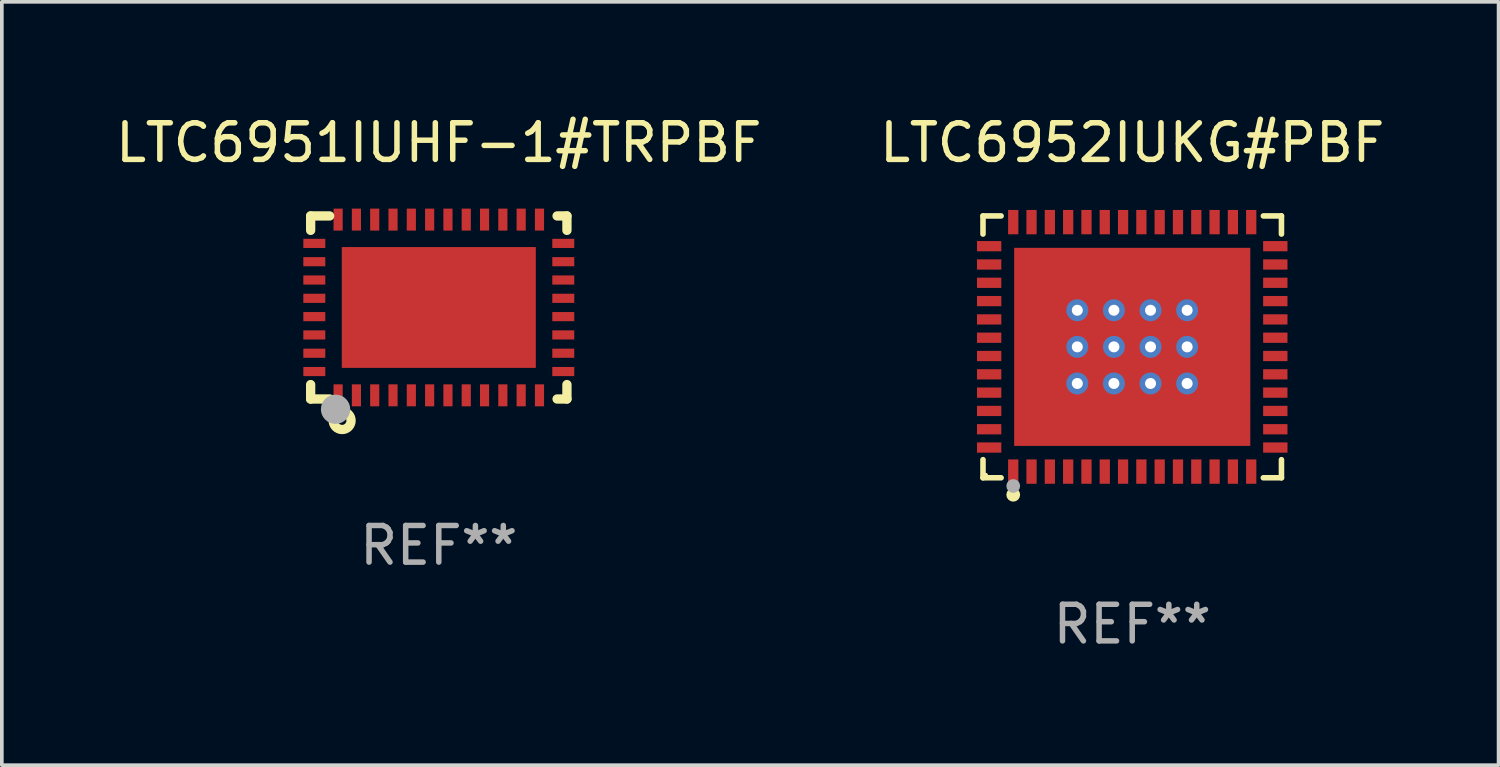
<source format=kicad_pcb>
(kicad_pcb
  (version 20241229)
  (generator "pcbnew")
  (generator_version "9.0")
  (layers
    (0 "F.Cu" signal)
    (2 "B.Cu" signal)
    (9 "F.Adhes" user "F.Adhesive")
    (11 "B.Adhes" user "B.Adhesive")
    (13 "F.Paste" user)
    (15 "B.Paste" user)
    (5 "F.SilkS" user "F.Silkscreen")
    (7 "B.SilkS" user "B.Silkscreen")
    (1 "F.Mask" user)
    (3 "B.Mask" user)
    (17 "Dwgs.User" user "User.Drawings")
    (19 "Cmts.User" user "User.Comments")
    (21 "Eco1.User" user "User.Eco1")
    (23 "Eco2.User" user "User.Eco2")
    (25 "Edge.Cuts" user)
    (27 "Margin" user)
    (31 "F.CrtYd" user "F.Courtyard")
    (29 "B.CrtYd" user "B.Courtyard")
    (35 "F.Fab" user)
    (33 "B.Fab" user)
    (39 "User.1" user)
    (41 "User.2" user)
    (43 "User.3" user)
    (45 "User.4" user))
  (footprint "LTC6952IUKG#PBF"
    (layer "F.Cu")
    (at 27.875 6.424)
    (property "Reference" "LTC6952IUKG#PBF" (at 0 -5.576 0) (layer "F.SilkS") (effects (font (size 1 1) (thickness 0.15))))
    (attr through_hole)
    (fp_line (start -4.076 -3.576) (end -3.581 -3.576) (stroke (width 0.152) (type solid)) (layer "F.SilkS"))
    (fp_line (start -4.076 -3.081) (end -4.076 -3.576) (stroke (width 0.152) (type solid)) (layer "F.SilkS"))
    (fp_line (start -4.076 3.081) (end -4.076 3.576) (stroke (width 0.152) (type solid)) (layer "F.SilkS"))
    (fp_line (start -4.076 3.576) (end -3.581 3.576) (stroke (width 0.152) (type solid)) (layer "F.SilkS"))
    (fp_line (start 4.076 -3.576) (end 3.581 -3.576) (stroke (width 0.152) (type solid)) (layer "F.SilkS"))
    (fp_line (start 4.076 -3.081) (end 4.076 -3.576) (stroke (width 0.152) (type solid)) (layer "F.SilkS"))
    (fp_line (start 4.076 3.081) (end 4.076 3.576) (stroke (width 0.152) (type solid)) (layer "F.SilkS"))
    (fp_line (start 4.076 3.576) (end 3.581 3.576) (stroke (width 0.152) (type solid)) (layer "F.SilkS"))
    (fp_circle (center -4 3.5) (end -3.97 3.5) (stroke (width 0.06) (type solid)) (fill no) (layer "F.SilkS"))
    (fp_circle (center -3.25 4.04) (end -3.156 4.04) (stroke (width 0.188) (type solid)) (fill no) (layer "F.SilkS"))
    (fp_circle (center -3.25 3.8) (end -3.156 3.8) (stroke (width 0.188) (type solid)) (fill no) (layer "F.Fab"))
    (fp_text user "REF**" (at 0 7.576 0) (layer "F.Fab") (effects (font (size 1 1) (thickness 0.15))))
    (pad "1" smd rect (at -3.25 3.407) (size 0.28 0.665) (layers "F.Cu" "F.Mask" "F.Paste"))
    (pad "2" smd rect (at -2.75 3.407) (size 0.28 0.665) (layers "F.Cu" "F.Mask" "F.Paste"))
    (pad "3" smd rect (at -2.25 3.407) (size 0.28 0.665) (layers "F.Cu" "F.Mask" "F.Paste"))
    (pad "4" smd rect (at -1.75 3.407) (size 0.28 0.665) (layers "F.Cu" "F.Mask" "F.Paste"))
    (pad "5" smd rect (at -1.25 3.407) (size 0.28 0.665) (layers "F.Cu" "F.Mask" "F.Paste"))
    (pad "6" smd rect (at -0.75 3.407) (size 0.28 0.665) (layers "F.Cu" "F.Mask" "F.Paste"))
    (pad "7" smd rect (at -0.25 3.407) (size 0.28 0.665) (layers "F.Cu" "F.Mask" "F.Paste"))
    (pad "8" smd rect (at 0.25 3.407) (size 0.28 0.665) (layers "F.Cu" "F.Mask" "F.Paste"))
    (pad "9" smd rect (at 0.75 3.407) (size 0.28 0.665) (layers "F.Cu" "F.Mask" "F.Paste"))
    (pad "10" smd rect (at 1.25 3.407) (size 0.28 0.665) (layers "F.Cu" "F.Mask" "F.Paste"))
    (pad "11" smd rect (at 1.75 3.407) (size 0.28 0.665) (layers "F.Cu" "F.Mask" "F.Paste"))
    (pad "12" smd rect (at 2.25 3.407) (size 0.28 0.665) (layers "F.Cu" "F.Mask" "F.Paste"))
    (pad "13" smd rect (at 2.75 3.407) (size 0.28 0.665) (layers "F.Cu" "F.Mask" "F.Paste"))
    (pad "14" smd rect (at 3.25 3.407) (size 0.28 0.665) (layers "F.Cu" "F.Mask" "F.Paste"))
    (pad "15" smd rect (at 3.908 2.75) (size 0.665 0.28) (layers "F.Cu" "F.Mask" "F.Paste"))
    (pad "16" smd rect (at 3.908 2.25) (size 0.665 0.28) (layers "F.Cu" "F.Mask" "F.Paste"))
    (pad "17" smd rect (at 3.908 1.75) (size 0.665 0.28) (layers "F.Cu" "F.Mask" "F.Paste"))
    (pad "18" smd rect (at 3.908 1.25) (size 0.665 0.28) (layers "F.Cu" "F.Mask" "F.Paste"))
    (pad "19" smd rect (at 3.908 0.75) (size 0.665 0.28) (layers "F.Cu" "F.Mask" "F.Paste"))
    (pad "20" smd rect (at 3.908 0.25) (size 0.665 0.28) (layers "F.Cu" "F.Mask" "F.Paste"))
    (pad "21" smd rect (at 3.908 -0.25) (size 0.665 0.28) (layers "F.Cu" "F.Mask" "F.Paste"))
    (pad "22" smd rect (at 3.908 -0.75) (size 0.665 0.28) (layers "F.Cu" "F.Mask" "F.Paste"))
    (pad "23" smd rect (at 3.908 -1.25) (size 0.665 0.28) (layers "F.Cu" "F.Mask" "F.Paste"))
    (pad "24" smd rect (at 3.908 -1.75) (size 0.665 0.28) (layers "F.Cu" "F.Mask" "F.Paste"))
    (pad "25" smd rect (at 3.908 -2.25) (size 0.665 0.28) (layers "F.Cu" "F.Mask" "F.Paste"))
    (pad "26" smd rect (at 3.908 -2.75) (size 0.665 0.28) (layers "F.Cu" "F.Mask" "F.Paste"))
    (pad "27" smd rect (at 3.25 -3.407) (size 0.28 0.665) (layers "F.Cu" "F.Mask" "F.Paste"))
    (pad "28" smd rect (at 2.75 -3.407) (size 0.28 0.665) (layers "F.Cu" "F.Mask" "F.Paste"))
    (pad "29" smd rect (at 2.25 -3.407) (size 0.28 0.665) (layers "F.Cu" "F.Mask" "F.Paste"))
    (pad "30" smd rect (at 1.75 -3.407) (size 0.28 0.665) (layers "F.Cu" "F.Mask" "F.Paste"))
    (pad "31" smd rect (at 1.25 -3.407) (size 0.28 0.665) (layers "F.Cu" "F.Mask" "F.Paste"))
    (pad "32" smd rect (at 0.75 -3.407) (size 0.28 0.665) (layers "F.Cu" "F.Mask" "F.Paste"))
    (pad "33" smd rect (at 0.25 -3.407) (size 0.28 0.665) (layers "F.Cu" "F.Mask" "F.Paste"))
    (pad "34" smd rect (at -0.25 -3.407) (size 0.28 0.665) (layers "F.Cu" "F.Mask" "F.Paste"))
    (pad "35" smd rect (at -0.75 -3.407) (size 0.28 0.665) (layers "F.Cu" "F.Mask" "F.Paste"))
    (pad "36" smd rect (at -1.25 -3.407) (size 0.28 0.665) (layers "F.Cu" "F.Mask" "F.Paste"))
    (pad "37" smd rect (at -1.75 -3.407) (size 0.28 0.665) (layers "F.Cu" "F.Mask" "F.Paste"))
    (pad "38" smd rect (at -2.25 -3.407) (size 0.28 0.665) (layers "F.Cu" "F.Mask" "F.Paste"))
    (pad "39" smd rect (at -2.75 -3.407) (size 0.28 0.665) (layers "F.Cu" "F.Mask" "F.Paste"))
    (pad "40" smd rect (at -3.25 -3.407) (size 0.28 0.665) (layers "F.Cu" "F.Mask" "F.Paste"))
    (pad "41" smd rect (at -3.908 -2.75) (size 0.665 0.28) (layers "F.Cu" "F.Mask" "F.Paste"))
    (pad "42" smd rect (at -3.908 -2.25) (size 0.665 0.28) (layers "F.Cu" "F.Mask" "F.Paste"))
    (pad "43" smd rect (at -3.908 -1.75) (size 0.665 0.28) (layers "F.Cu" "F.Mask" "F.Paste"))
    (pad "44" smd rect (at -3.908 -1.25) (size 0.665 0.28) (layers "F.Cu" "F.Mask" "F.Paste"))
    (pad "45" smd rect (at -3.908 -0.75) (size 0.665 0.28) (layers "F.Cu" "F.Mask" "F.Paste"))
    (pad "46" smd rect (at -3.908 -0.25) (size 0.665 0.28) (layers "F.Cu" "F.Mask" "F.Paste"))
    (pad "47" smd rect (at -3.908 0.25) (size 0.665 0.28) (layers "F.Cu" "F.Mask" "F.Paste"))
    (pad "48" smd rect (at -3.908 0.75) (size 0.665 0.28) (layers "F.Cu" "F.Mask" "F.Paste"))
    (pad "49" smd rect (at -3.908 1.25) (size 0.665 0.28) (layers "F.Cu" "F.Mask" "F.Paste"))
    (pad "50" smd rect (at -3.908 1.75) (size 0.665 0.28) (layers "F.Cu" "F.Mask" "F.Paste"))
    (pad "51" smd rect (at -3.908 2.25) (size 0.665 0.28) (layers "F.Cu" "F.Mask" "F.Paste"))
    (pad "52" smd rect (at -3.908 2.75) (size 0.665 0.28) (layers "F.Cu" "F.Mask" "F.Paste"))
    (pad "53" thru_hole circle (at -1.5 -1) (size 0.6 0.6) (drill 0.3) (layers "*.Cu" "*.Mask"))
    (pad "53" thru_hole circle (at -1.5 0) (size 0.6 0.6) (drill 0.3) (layers "*.Cu" "*.Mask"))
    (pad "53" thru_hole circle (at -1.5 1) (size 0.6 0.6) (drill 0.3) (layers "*.Cu" "*.Mask"))
    (pad "53" thru_hole circle (at -0.5 -1) (size 0.6 0.6) (drill 0.3) (layers "*.Cu" "*.Mask"))
    (pad "53" thru_hole circle (at -0.5 0) (size 0.6 0.6) (drill 0.3) (layers "*.Cu" "*.Mask"))
    (pad "53" thru_hole circle (at -0.5 1) (size 0.6 0.6) (drill 0.3) (layers "*.Cu" "*.Mask"))
    (pad "53" smd rect (at 0 0) (size 6.45 5.41) (layers "F.Cu" "F.Mask" "F.Paste"))
    (pad "53" thru_hole circle (at 0.5 -1) (size 0.6 0.6) (drill 0.3) (layers "*.Cu" "*.Mask"))
    (pad "53" thru_hole circle (at 0.5 0) (size 0.6 0.6) (drill 0.3) (layers "*.Cu" "*.Mask"))
    (pad "53" thru_hole circle (at 0.5 1) (size 0.6 0.6) (drill 0.3) (layers "*.Cu" "*.Mask"))
    (pad "53" thru_hole circle (at 1.5 -1) (size 0.6 0.6) (drill 0.3) (layers "*.Cu" "*.Mask"))
    (pad "53" thru_hole circle (at 1.5 0) (size 0.6 0.6) (drill 0.3) (layers "*.Cu" "*.Mask"))
    (pad "53" thru_hole circle (at 1.5 1) (size 0.6 0.6) (drill 0.3) (layers "*.Cu" "*.Mask")))
  (footprint "LTC6951IUHF-1#TRPBF"
    (layer "F.Cu")
    (at 8.935 5.348)
    (property "Reference" "LTC6951IUHF-1#TRPBF" (at 0 -4.5 0) (layer "F.SilkS") (effects (font (size 1 1) (thickness 0.15))))
    (attr through_hole)
    (fp_line (start -3.5 -2.5) (end -3.5 -2.106) (stroke (width 0.254) (type solid)) (layer "F.SilkS"))
    (fp_line (start -3.5 2.106) (end -3.5 2.5) (stroke (width 0.254) (type solid)) (layer "F.SilkS"))
    (fp_line (start -3.5 2.5) (end -2.981 2.5) (stroke (width 0.254) (type solid)) (layer "F.SilkS"))
    (fp_line (start -2.981 -2.5) (end -3.5 -2.5) (stroke (width 0.254) (type solid)) (layer "F.SilkS"))
    (fp_line (start 3.231 2.5) (end 3.5 2.5) (stroke (width 0.254) (type solid)) (layer "F.SilkS"))
    (fp_line (start 3.5 -2.5) (end 3.231 -2.5) (stroke (width 0.254) (type solid)) (layer "F.SilkS"))
    (fp_line (start 3.5 -2.106) (end 3.5 -2.5) (stroke (width 0.254) (type solid)) (layer "F.SilkS"))
    (fp_line (start 3.5 2.5) (end 3.5 2.106) (stroke (width 0.254) (type solid)) (layer "F.SilkS"))
    (fp_circle (center -3.5 2.5) (end -3.44 2.5) (stroke (width 0.12) (type solid)) (fill no) (layer "F.SilkS"))
    (fp_circle (center -2.64 3.09) (end -2.523 3.09) (stroke (width 0.254) (type solid)) (fill no) (layer "F.SilkS"))
    (fp_circle (center -2.82 2.78) (end -2.62 2.78) (stroke (width 0.4) (type solid)) (fill no) (layer "F.Fab"))
    (fp_text user "REF**" (at 0 6.5 0) (layer "F.Fab") (effects (font (size 1 1) (thickness 0.15))))
    (pad "1" smd rect (at -2.75 2.4 90) (size 0.6 0.25) (layers "F.Cu" "F.Mask" "F.Paste"))
    (pad "2" smd rect (at -2.25 2.4 90) (size 0.6 0.25) (layers "F.Cu" "F.Mask" "F.Paste"))
    (pad "3" smd rect (at -1.75 2.4 90) (size 0.6 0.25) (layers "F.Cu" "F.Mask" "F.Paste"))
    (pad "4" smd rect (at -1.25 2.4 90) (size 0.6 0.25) (layers "F.Cu" "F.Mask" "F.Paste"))
    (pad "5" smd rect (at -0.75 2.4 90) (size 0.6 0.25) (layers "F.Cu" "F.Mask" "F.Paste"))
    (pad "6" smd rect (at -0.25 2.4 90) (size 0.6 0.25) (layers "F.Cu" "F.Mask" "F.Paste"))
    (pad "7" smd rect (at 0.25 2.4 90) (size 0.6 0.25) (layers "F.Cu" "F.Mask" "F.Paste"))
    (pad "8" smd rect (at 0.75 2.4 90) (size 0.6 0.25) (layers "F.Cu" "F.Mask" "F.Paste"))
    (pad "9" smd rect (at 1.25 2.4 90) (size 0.6 0.25) (layers "F.Cu" "F.Mask" "F.Paste"))
    (pad "10" smd rect (at 1.75 2.4 90) (size 0.6 0.25) (layers "F.Cu" "F.Mask" "F.Paste"))
    (pad "11" smd rect (at 2.25 2.4 90) (size 0.6 0.25) (layers "F.Cu" "F.Mask" "F.Paste"))
    (pad "12" smd rect (at 2.75 2.4 90) (size 0.6 0.25) (layers "F.Cu" "F.Mask" "F.Paste"))
    (pad "13" smd rect (at 3.4 1.75 180) (size 0.6 0.25) (layers "F.Cu" "F.Mask" "F.Paste"))
    (pad "14" smd rect (at 3.4 1.25 180) (size 0.6 0.25) (layers "F.Cu" "F.Mask" "F.Paste"))
    (pad "15" smd rect (at 3.4 0.75 180) (size 0.6 0.25) (layers "F.Cu" "F.Mask" "F.Paste"))
    (pad "16" smd rect (at 3.4 0.25 180) (size 0.6 0.25) (layers "F.Cu" "F.Mask" "F.Paste"))
    (pad "17" smd rect (at 3.4 -0.25 180) (size 0.6 0.25) (layers "F.Cu" "F.Mask" "F.Paste"))
    (pad "18" smd rect (at 3.4 -0.75 180) (size 0.6 0.25) (layers "F.Cu" "F.Mask" "F.Paste"))
    (pad "19" smd rect (at 3.4 -1.25 180) (size 0.6 0.25) (layers "F.Cu" "F.Mask" "F.Paste"))
    (pad "20" smd rect (at 3.4 -1.75 180) (size 0.6 0.25) (layers "F.Cu" "F.Mask" "F.Paste"))
    (pad "21" smd rect (at 2.75 -2.4 270) (size 0.6 0.25) (layers "F.Cu" "F.Mask" "F.Paste"))
    (pad "22" smd rect (at 2.25 -2.4 270) (size 0.6 0.25) (layers "F.Cu" "F.Mask" "F.Paste"))
    (pad "23" smd rect (at 1.75 -2.4 270) (size 0.6 0.25) (layers "F.Cu" "F.Mask" "F.Paste"))
    (pad "24" smd rect (at 1.25 -2.4 270) (size 0.6 0.25) (layers "F.Cu" "F.Mask" "F.Paste"))
    (pad "25" smd rect (at 0.75 -2.4 270) (size 0.6 0.25) (layers "F.Cu" "F.Mask" "F.Paste"))
    (pad "26" smd rect (at 0.25 -2.4 270) (size 0.6 0.25) (layers "F.Cu" "F.Mask" "F.Paste"))
    (pad "27" smd rect (at -0.25 -2.4 270) (size 0.6 0.25) (layers "F.Cu" "F.Mask" "F.Paste"))
    (pad "28" smd rect (at -0.75 -2.4 270) (size 0.6 0.25) (layers "F.Cu" "F.Mask" "F.Paste"))
    (pad "29" smd rect (at -1.25 -2.4 270) (size 0.6 0.25) (layers "F.Cu" "F.Mask" "F.Paste"))
    (pad "30" smd rect (at -1.75 -2.4 270) (size 0.6 0.25) (layers "F.Cu" "F.Mask" "F.Paste"))
    (pad "31" smd rect (at -2.25 -2.4 270) (size 0.6 0.25) (layers "F.Cu" "F.Mask" "F.Paste"))
    (pad "32" smd rect (at -2.75 -2.4 270) (size 0.6 0.25) (layers "F.Cu" "F.Mask" "F.Paste"))
    (pad "33" smd rect (at -3.4 -1.75) (size 0.6 0.25) (layers "F.Cu" "F.Mask" "F.Paste"))
    (pad "34" smd rect (at -3.4 -1.25) (size 0.6 0.25) (layers "F.Cu" "F.Mask" "F.Paste"))
    (pad "35" smd rect (at -3.4 -0.75) (size 0.6 0.25) (layers "F.Cu" "F.Mask" "F.Paste"))
    (pad "36" smd rect (at -3.4 -0.25) (size 0.6 0.25) (layers "F.Cu" "F.Mask" "F.Paste"))
    (pad "37" smd rect (at -3.4 0.25) (size 0.6 0.25) (layers "F.Cu" "F.Mask" "F.Paste"))
    (pad "38" smd rect (at -3.4 0.75) (size 0.6 0.25) (layers "F.Cu" "F.Mask" "F.Paste"))
    (pad "39" smd rect (at -3.4 1.25) (size 0.6 0.25) (layers "F.Cu" "F.Mask" "F.Paste"))
    (pad "40" smd rect (at -3.4 1.75) (size 0.6 0.25) (layers "F.Cu" "F.Mask" "F.Paste"))
    (pad "41" smd rect (at -0.000102 -0.000025 270) (size 3.3 5.3) (layers "F.Cu" "F.Mask" "F.Paste")))
  (gr_rect
    (start -3 -3)
    (end 37.881 17.849)
    (stroke (width 0.1) (type default))
    (fill no)
    (layer "Edge.Cuts")))
</source>
